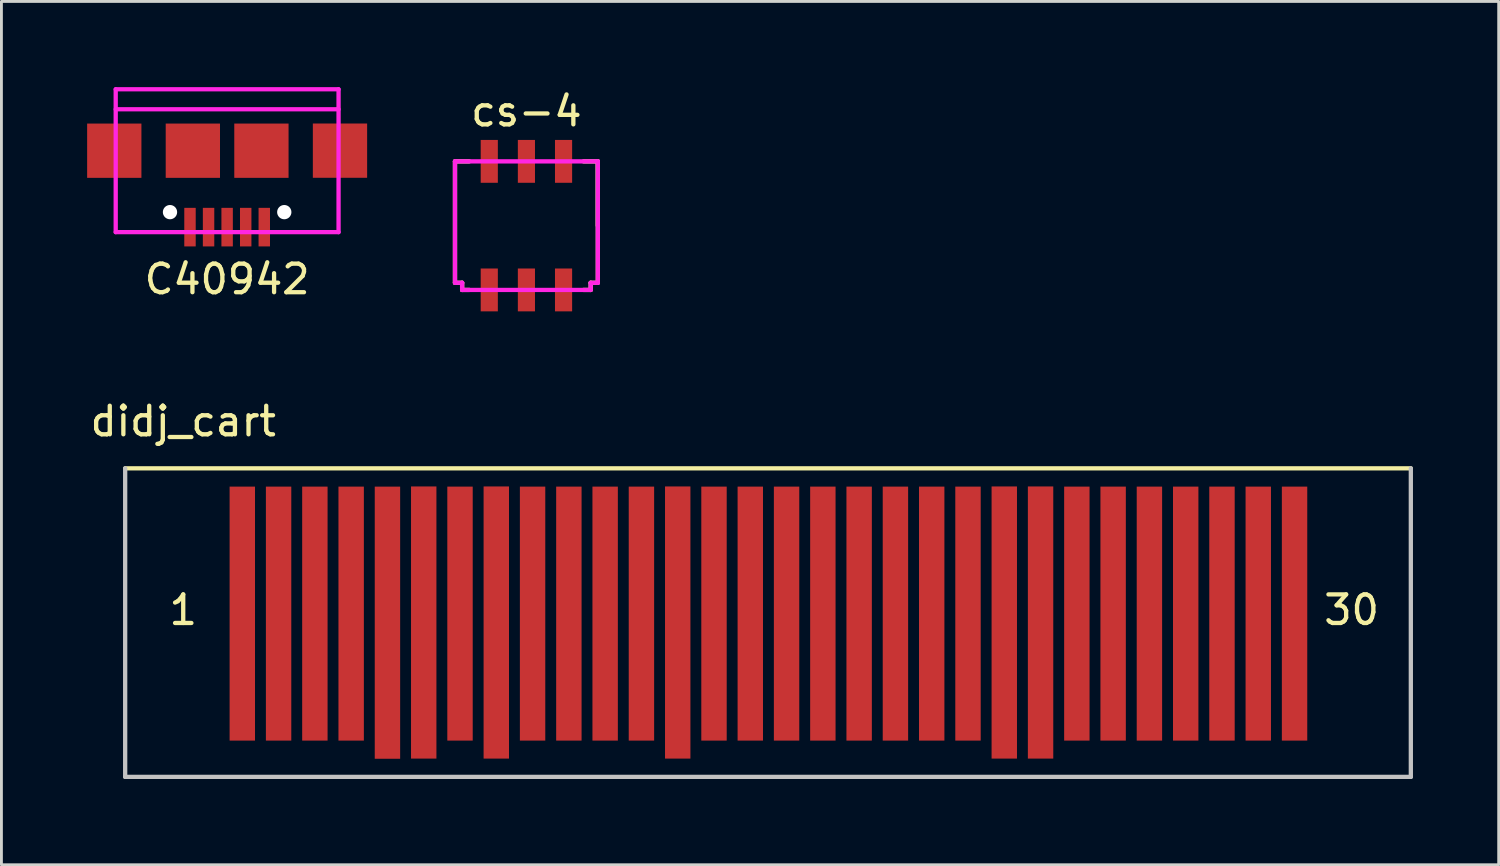
<source format=kicad_pcb>
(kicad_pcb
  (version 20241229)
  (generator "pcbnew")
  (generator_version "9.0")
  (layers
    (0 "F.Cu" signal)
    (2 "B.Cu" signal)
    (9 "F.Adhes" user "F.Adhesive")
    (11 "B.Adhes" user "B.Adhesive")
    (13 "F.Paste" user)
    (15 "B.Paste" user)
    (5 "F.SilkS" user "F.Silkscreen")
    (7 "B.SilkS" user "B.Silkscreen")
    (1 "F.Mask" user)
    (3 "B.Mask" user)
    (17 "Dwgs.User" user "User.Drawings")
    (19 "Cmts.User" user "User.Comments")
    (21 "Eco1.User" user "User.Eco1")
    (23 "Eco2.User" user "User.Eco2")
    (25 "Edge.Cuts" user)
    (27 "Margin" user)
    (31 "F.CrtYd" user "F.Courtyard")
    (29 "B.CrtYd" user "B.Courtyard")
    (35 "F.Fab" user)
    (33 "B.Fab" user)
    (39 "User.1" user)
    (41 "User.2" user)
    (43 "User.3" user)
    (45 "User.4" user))
  (footprint "cs-4"
    (layer "F.Cu")
    (at 15.375 4.848)
    (property "Reference" "cs-4" (at 0 -4 0) (layer "F.SilkS") (effects (font (size 1 1) (thickness 0.15))))
    (attr through_hole)
    (fp_line (start -2.5 -2.25) (end -2 -2.25) (stroke (width 0.15) (type solid)) (layer "F.SilkS"))
    (fp_line (start -2.5 2) (end -2.5 -2.25) (stroke (width 0.15) (type solid)) (layer "F.SilkS"))
    (fp_line (start -2.5 2) (end -2.25 2) (stroke (width 0.15) (type solid)) (layer "F.SilkS"))
    (fp_line (start -2.25 2) (end -2.25 2.25) (stroke (width 0.15) (type solid)) (layer "F.SilkS"))
    (fp_line (start -2.25 2.25) (end -2 2.25) (stroke (width 0.15) (type solid)) (layer "F.SilkS"))
    (fp_line (start 2.25 2) (end 2.25 2.25) (stroke (width 0.15) (type solid)) (layer "F.SilkS"))
    (fp_line (start 2.25 2.25) (end 2 2.25) (stroke (width 0.15) (type solid)) (layer "F.SilkS"))
    (fp_line (start 2.5 -2.25) (end 2 -2.25) (stroke (width 0.15) (type solid)) (layer "F.SilkS"))
    (fp_line (start 2.5 -2.25) (end 2.5 2) (stroke (width 0.15) (type solid)) (layer "F.SilkS"))
    (fp_line (start 2.5 0) (end 2.5 -2.25) (stroke (width 0.15) (type solid)) (layer "F.SilkS"))
    (fp_line (start 2.5 2) (end 2.25 2) (stroke (width 0.15) (type solid)) (layer "F.SilkS"))
    (fp_line (start -2.5 2) (end -2.5 -2.25) (stroke (width 0.15) (type solid)) (layer "F.CrtYd"))
    (fp_line (start -2.25 2) (end -2.5 2) (stroke (width 0.15) (type solid)) (layer "F.CrtYd"))
    (fp_line (start -2.25 2.25) (end -2.25 2) (stroke (width 0.15) (type solid)) (layer "F.CrtYd"))
    (fp_line (start 2.25 2) (end 2.5 2) (stroke (width 0.15) (type solid)) (layer "F.CrtYd"))
    (fp_line (start 2.25 2.25) (end -2.25 2.25) (stroke (width 0.15) (type solid)) (layer "F.CrtYd"))
    (fp_line (start 2.25 2.25) (end 2.25 2) (stroke (width 0.15) (type solid)) (layer "F.CrtYd"))
    (fp_line (start 2.5 -2.25) (end -2.5 -2.25) (stroke (width 0.15) (type solid)) (layer "F.CrtYd"))
    (fp_line (start 2.5 2) (end 2.5 -2.25) (stroke (width 0.15) (type solid)) (layer "F.CrtYd"))
    (pad "1" smd rect (at -1.3 -2.25) (size 0.6 1.5) (layers "F.Cu" "F.Mask" "F.Paste"))
    (pad "2" smd rect (at 1.3 -2.25) (size 0.6 1.5) (layers "F.Cu" "F.Mask" "F.Paste"))
    (pad "C" smd rect (at 0 -2.25) (size 0.6 1.5) (layers "F.Cu" "F.Mask" "F.Paste"))
    (pad "~1" smd rect (at 1.3 2.25) (size 0.6 1.5) (layers "F.Cu" "F.Mask" "F.Paste"))
    (pad "~2" smd rect (at -1.3 2.25) (size 0.6 1.5) (layers "F.Cu" "F.Mask" "F.Paste"))
    (pad "~C" smd rect (at 0 2.25) (size 0.6 1.5) (layers "F.Cu" "F.Mask" "F.Paste")))
  (footprint "C40942"
    (layer "F.Cu")
    (at 4.9 2.225)
    (property "Reference" "C40942" (at 0 4.498 180) (layer "F.SilkS") (effects (font (size 1 1) (thickness 0.15))))
    (attr through_hole)
    (fp_line (start -3.9 -2.15) (end -3.9 2.85) (stroke (width 0.15) (type solid)) (layer "F.CrtYd"))
    (fp_line (start -3.9 2.85) (end 3.9 2.85) (stroke (width 0.15) (type solid)) (layer "F.CrtYd"))
    (fp_line (start 3.9 -2.15) (end -3.9 -2.15) (stroke (width 0.15) (type solid)) (layer "F.CrtYd"))
    (fp_line (start 3.9 -1.45) (end -3.9 -1.45) (stroke (width 0.15) (type solid)) (layer "F.CrtYd"))
    (fp_line (start 3.9 2.85) (end 3.9 -2.15) (stroke (width 0.15) (type solid)) (layer "F.CrtYd"))
    (pad "" np_thru_hole circle (at -2 2.15) (size 0.5 0.5) (drill 0.5) (layers "*.Cu"))
    (pad "" np_thru_hole circle (at 2 2.15 180) (size 0.5 0.5) (drill 0.5) (layers "*.Cu"))
    (pad "1" smd rect (at 1.3 2.675 180) (size 0.4 1.35) (layers "F.Cu" "F.Mask" "F.Paste"))
    (pad "2" smd rect (at 0.65 2.675 180) (size 0.4 1.35) (layers "F.Cu" "F.Mask" "F.Paste"))
    (pad "3" smd rect (at 0 2.675 180) (size 0.4 1.35) (layers "F.Cu" "F.Mask" "F.Paste"))
    (pad "4" smd rect (at -0.65 2.675 180) (size 0.4 1.35) (layers "F.Cu" "F.Mask" "F.Paste"))
    (pad "5" smd rect (at -1.3 2.675 180) (size 0.4 1.35) (layers "F.Cu" "F.Mask" "F.Paste"))
    (pad "6" smd rect (at -3.95 0 180) (size 1.9 1.9) (layers "F.Cu" "F.Mask" "F.Paste"))
    (pad "6" smd rect (at -1.2 0 180) (size 1.9 1.9) (layers "F.Cu" "F.Mask" "F.Paste"))
    (pad "6" smd rect (at 1.2 0 180) (size 1.9 1.9) (layers "F.Cu" "F.Mask" "F.Paste"))
    (pad "6" smd rect (at 3.95 -0.002 180) (size 1.9 1.9) (layers "F.Cu" "F.Mask" "F.Paste")))
  (footprint "didj_cart"
    (layer "F.Cu")
    (at 1.331 13.342)
    (property "Reference" "didj_cart" (at 2.032 -1.646 0) (layer "F.SilkS") (effects (font (size 1 1) (thickness 0.15))))
    (attr smd)
    (fp_line (start 0 0) (end 45 0) (stroke (width 0.15) (type solid)) (layer "F.SilkS"))
    (fp_line (start 0 0) (end 0 10.8) (stroke (width 0.15) (type solid)) (layer "Dwgs.User"))
    (fp_line (start 0 10.8) (end 45 10.8) (stroke (width 0.15) (type solid)) (layer "Dwgs.User"))
    (fp_line (start 45 10.8) (end 45 0) (stroke (width 0.15) (type solid)) (layer "Dwgs.User"))
    (fp_text user "1" (at 2.032 4.958 0) (layer "F.SilkS") (effects (font (size 1 1) (thickness 0.15))))
    (fp_text user "30" (at 42.926 4.958 0) (layer "F.SilkS") (effects (font (size 1 1) (thickness 0.15))))
    (pad "1" connect rect (at 4.1 5.085) (size 0.889 8.89) (layers "F.Cu" "F.Mask"))
    (pad "2" connect rect (at 5.37 5.085) (size 0.889 8.89) (layers "F.Cu" "F.Mask"))
    (pad "3" connect rect (at 6.64 5.085) (size 0.889 8.89) (layers "F.Cu" "F.Mask"))
    (pad "4" connect rect (at 7.91 5.085) (size 0.889 8.89) (layers "F.Cu" "F.Mask"))
    (pad "5" connect rect (at 9.18 5.085) (size 0.889 9.525) (drill (offset 0 0.318)) (layers "F.Cu" "F.Mask"))
    (pad "6" connect rect (at 10.45 5.085) (size 0.889 9.525) (drill (offset 0 0.312)) (layers "F.Cu" "F.Mask"))
    (pad "7" connect rect (at 11.72 5.085) (size 0.889 8.89) (layers "F.Cu" "F.Mask"))
    (pad "8" connect rect (at 12.99 5.085) (size 0.889 9.525) (drill (offset 0 0.312)) (layers "F.Cu" "F.Mask"))
    (pad "9" connect rect (at 14.26 5.085) (size 0.889 8.89) (layers "F.Cu" "F.Mask"))
    (pad "10" connect rect (at 15.53 5.085) (size 0.889 8.89) (layers "F.Cu" "F.Mask"))
    (pad "11" connect rect (at 16.8 5.085) (size 0.889 8.89) (layers "F.Cu" "F.Mask"))
    (pad "12" connect rect (at 18.07 5.085) (size 0.889 8.89) (layers "F.Cu" "F.Mask"))
    (pad "13" connect rect (at 19.34 5.085) (size 0.889 9.525) (drill (offset 0 0.312)) (layers "F.Cu" "F.Mask"))
    (pad "14" connect rect (at 20.61 5.085) (size 0.889 8.89) (layers "F.Cu" "F.Mask"))
    (pad "15" connect rect (at 21.88 5.085) (size 0.889 8.89) (layers "F.Cu" "F.Mask"))
    (pad "16" connect rect (at 23.15 5.085) (size 0.889 8.89) (layers "F.Cu" "F.Mask"))
    (pad "17" connect rect (at 24.42 5.085) (size 0.889 8.89) (layers "F.Cu" "F.Mask"))
    (pad "18" connect rect (at 25.69 5.085) (size 0.889 8.89) (layers "F.Cu" "F.Mask"))
    (pad "19" connect rect (at 26.96 5.085) (size 0.889 8.89) (layers "F.Cu" "F.Mask"))
    (pad "20" connect rect (at 28.23 5.085) (size 0.889 8.89) (layers "F.Cu" "F.Mask"))
    (pad "21" connect rect (at 29.5 5.085) (size 0.889 8.89) (layers "F.Cu" "F.Mask"))
    (pad "22" connect rect (at 30.77 5.085) (size 0.889 9.525) (drill (offset 0 0.312)) (layers "F.Cu" "F.Mask"))
    (pad "23" connect rect (at 32.04 5.085) (size 0.889 9.525) (drill (offset 0 0.312)) (layers "F.Cu" "F.Mask"))
    (pad "24" connect rect (at 33.31 5.085) (size 0.889 8.89) (layers "F.Cu" "F.Mask"))
    (pad "25" connect rect (at 34.58 5.085) (size 0.889 8.89) (layers "F.Cu" "F.Mask"))
    (pad "26" connect rect (at 35.85 5.085) (size 0.889 8.89) (layers "F.Cu" "F.Mask"))
    (pad "27" connect rect (at 37.12 5.085) (size 0.889 8.89) (layers "F.Cu" "F.Mask"))
    (pad "28" connect rect (at 38.39 5.085) (size 0.889 8.89) (layers "F.Cu" "F.Mask"))
    (pad "29" connect rect (at 39.66 5.085) (size 0.889 8.89) (layers "F.Cu" "F.Mask"))
    (pad "30" connect rect (at 40.93 5.085) (size 0.889 8.89) (layers "F.Cu" "F.Mask")))
  (gr_rect
    (start -3 -3)
    (end 49.406 27.218)
    (stroke (width 0.1) (type default))
    (fill no)
    (layer "Edge.Cuts")))
</source>
